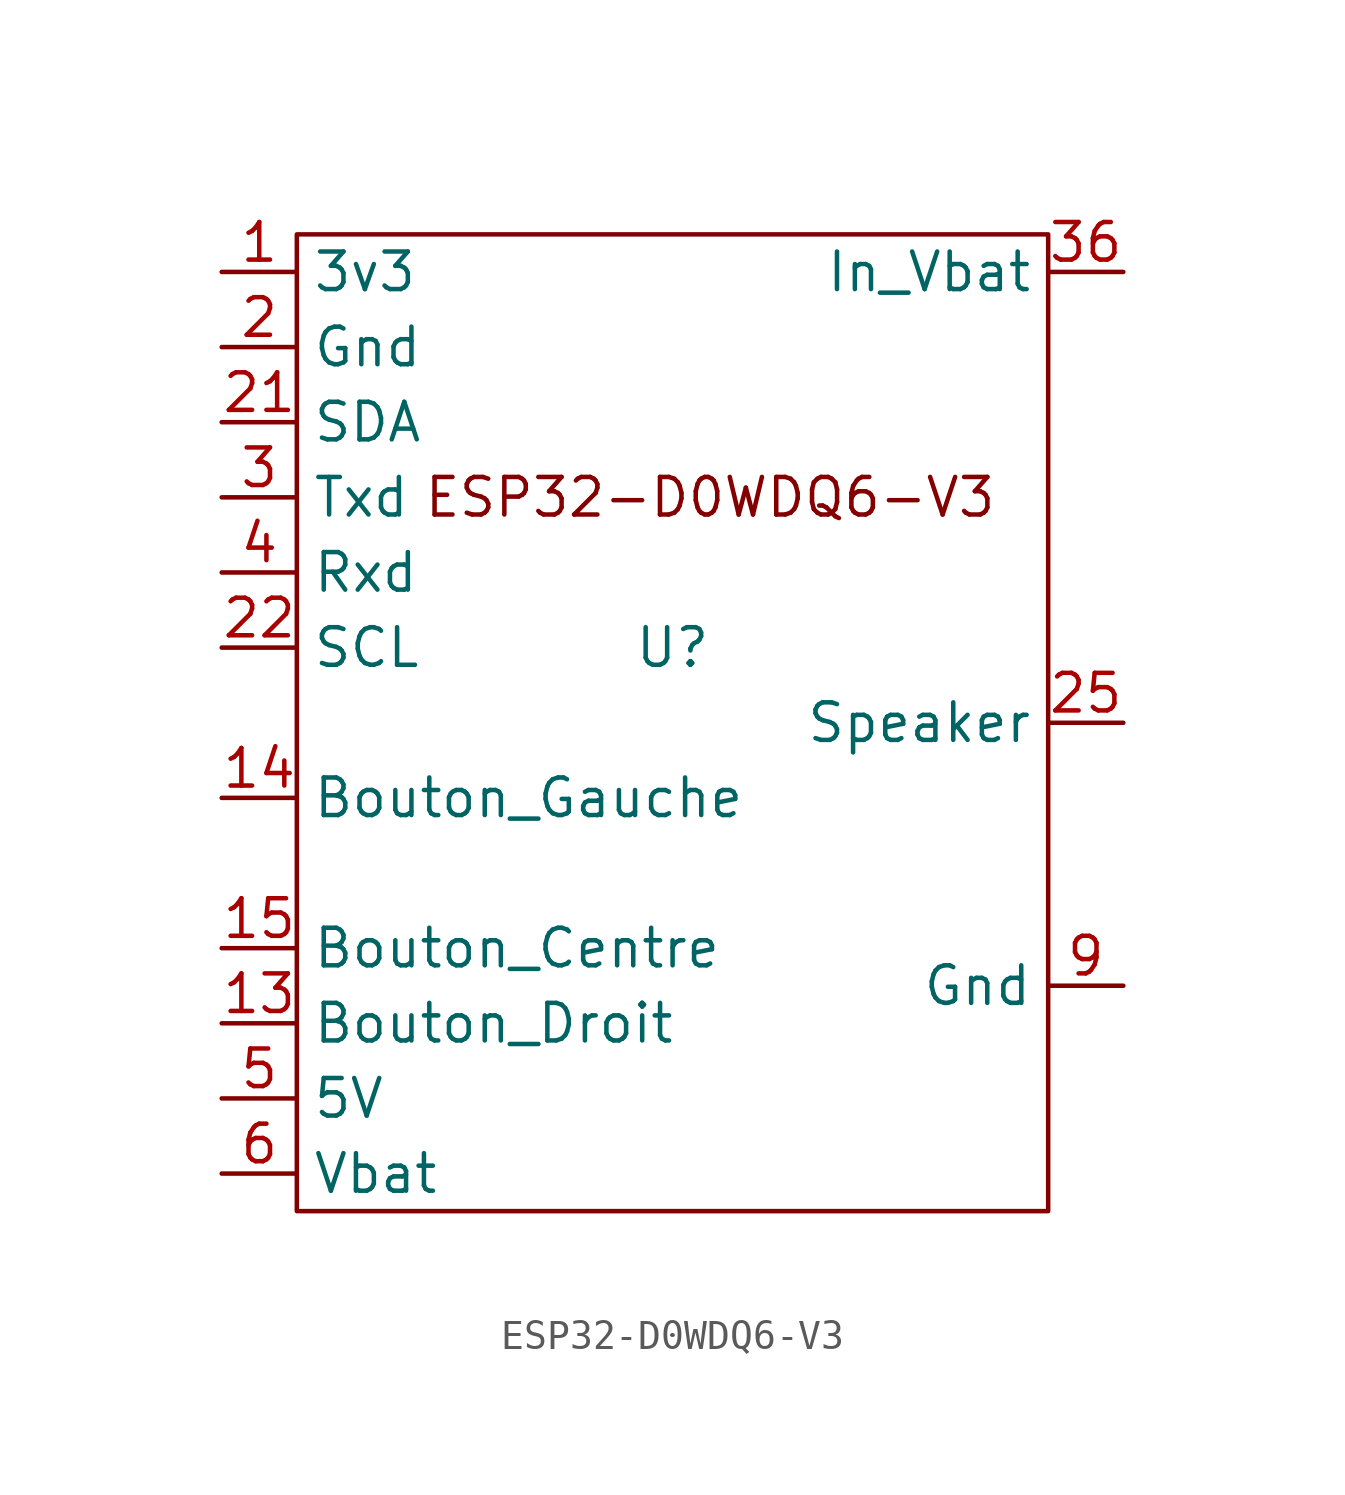
<source format=kicad_sym>
(kicad_symbol_lib
  (version 20220914)
  (generator kicad_symbol_editor)
  (symbol "ESP32-D0WDQ6-V3"
    (property "Reference" "U"
      (at 0 0 0)
      (effects (font (size 1.27 1.27))))
    (property "Value" ""
      (at 0 0 0)
      (effects (font (size 1.27 1.27))))
    (symbol "ESP32-D0WDQ6-V3_1_1"
      (rectangle (start -12.7 13.97) (end 12.7 -19.05) (stroke (width 0) (type default)) (fill (type none)))
      (text "ESP32-D0WDQ6-V3" (at 1.27 5.08 0) (effects (font (size 1.27 1.27))))
      (pin output line (at -15.24 12.7 0) (length 2.54) (name "3v3" (effects (font (size 1.27 1.27)))) (number "1" (effects (font (size 1.27 1.27)))))
      (pin input line (at -15.24 -12.7 0) (length 2.54) (name "Bouton_Droit" (effects (font (size 1.27 1.27)))) (number "13" (effects (font (size 1.27 1.27)))))
      (pin input line (at -15.24 -5.08 0) (length 2.54) (name "Bouton_Gauche" (effects (font (size 1.27 1.27)))) (number "14" (effects (font (size 1.27 1.27)))))
      (pin input line (at -15.24 -10.16 0) (length 2.54) (name "Bouton_Centre" (effects (font (size 1.27 1.27)))) (number "15" (effects (font (size 1.27 1.27)))))
      (pin output line (at -15.24 10.16 0) (length 2.54) (name "Gnd" (effects (font (size 1.27 1.27)))) (number "2" (effects (font (size 1.27 1.27)))))
      (pin input line (at -15.24 7.62 0) (length 2.54) (name "SDA" (effects (font (size 1.27 1.27)))) (number "21" (effects (font (size 1.27 1.27)))))
      (pin input line (at -15.24 0 0) (length 2.54) (name "SCL" (effects (font (size 1.27 1.27)))) (number "22" (effects (font (size 1.27 1.27)))))
      (pin output line (at 15.24 -2.54 180) (length 2.54) (name "Speaker" (effects (font (size 1.27 1.27)))) (number "25" (effects (font (size 1.27 1.27)))))
      (pin input line (at -15.24 5.08 0) (length 2.54) (name "Txd" (effects (font (size 1.27 1.27)))) (number "3" (effects (font (size 1.27 1.27)))))
      (pin input line (at 15.24 12.7 180) (length 2.54) (name "In_Vbat" (effects (font (size 1.27 1.27)))) (number "36" (effects (font (size 1.27 1.27)))))
      (pin input line (at -15.24 2.54 0) (length 2.54) (name "Rxd" (effects (font (size 1.27 1.27)))) (number "4" (effects (font (size 1.27 1.27)))))
      (pin output line (at -15.24 -15.24 0) (length 2.54) (name "5V" (effects (font (size 1.27 1.27)))) (number "5" (effects (font (size 1.27 1.27)))))
      (pin output line (at -15.24 -17.78 0) (length 2.54) (name "Vbat" (effects (font (size 1.27 1.27)))) (number "6" (effects (font (size 1.27 1.27)))))
      (pin output line (at 15.24 -11.43 180) (length 2.54) (name "Gnd" (effects (font (size 1.27 1.27)))) (number "9" (effects (font (size 1.27 1.27))))))))
</source>
